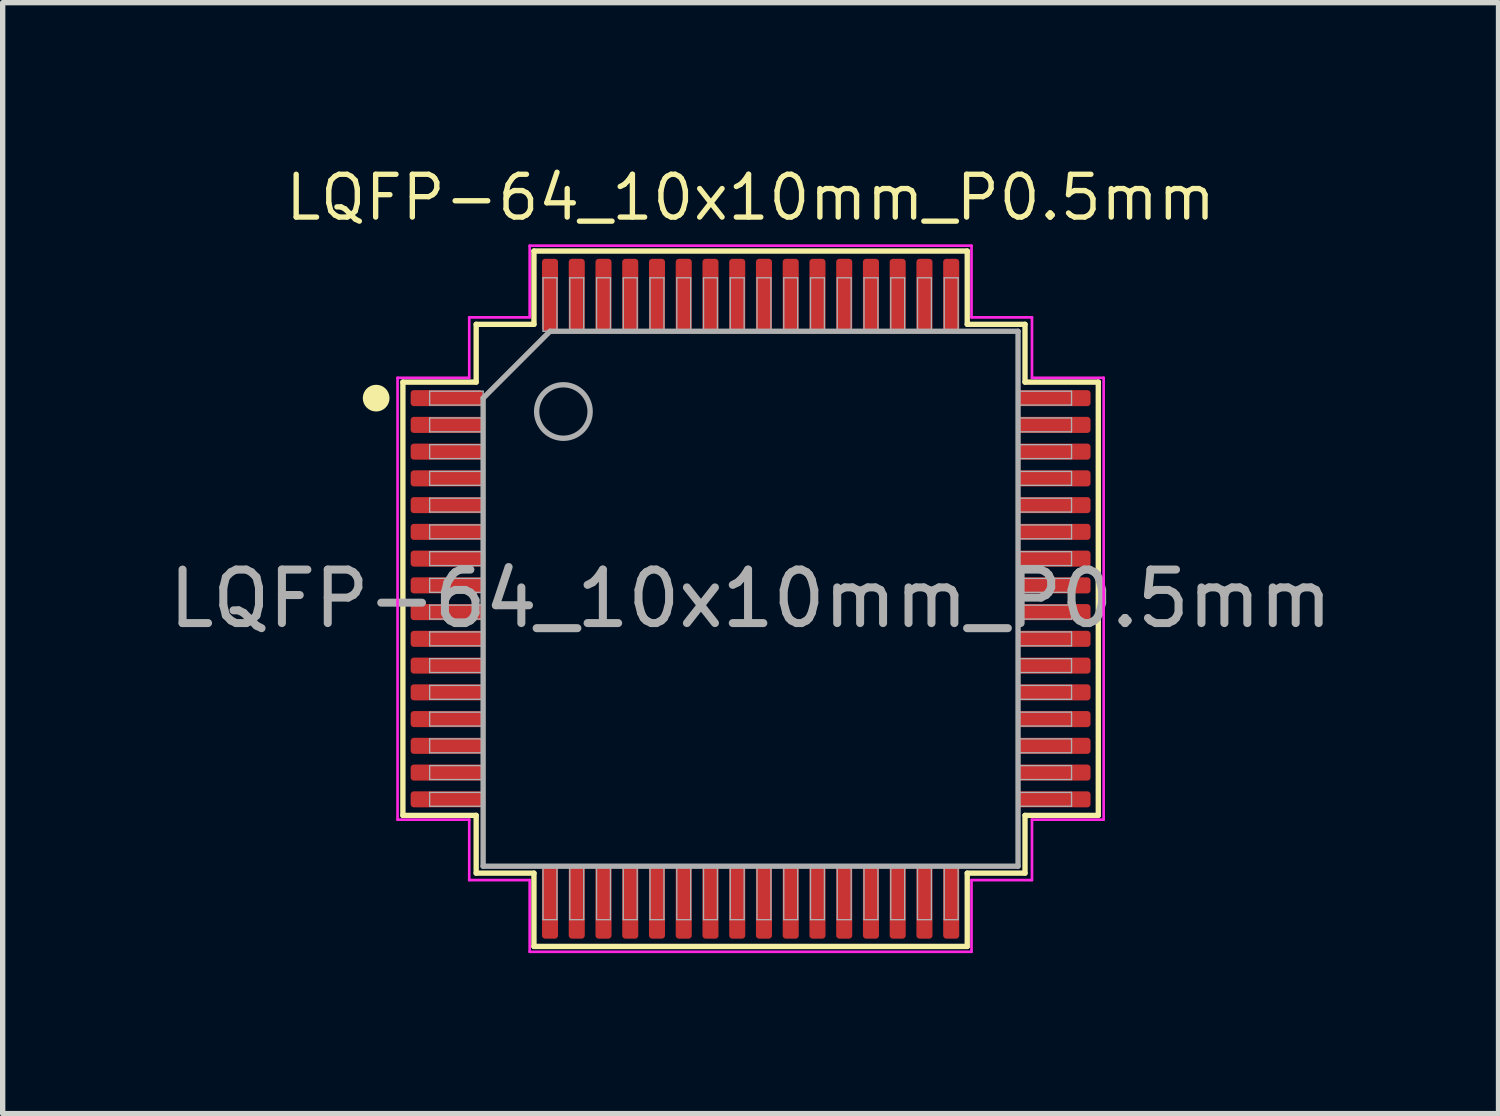
<source format=kicad_pcb>
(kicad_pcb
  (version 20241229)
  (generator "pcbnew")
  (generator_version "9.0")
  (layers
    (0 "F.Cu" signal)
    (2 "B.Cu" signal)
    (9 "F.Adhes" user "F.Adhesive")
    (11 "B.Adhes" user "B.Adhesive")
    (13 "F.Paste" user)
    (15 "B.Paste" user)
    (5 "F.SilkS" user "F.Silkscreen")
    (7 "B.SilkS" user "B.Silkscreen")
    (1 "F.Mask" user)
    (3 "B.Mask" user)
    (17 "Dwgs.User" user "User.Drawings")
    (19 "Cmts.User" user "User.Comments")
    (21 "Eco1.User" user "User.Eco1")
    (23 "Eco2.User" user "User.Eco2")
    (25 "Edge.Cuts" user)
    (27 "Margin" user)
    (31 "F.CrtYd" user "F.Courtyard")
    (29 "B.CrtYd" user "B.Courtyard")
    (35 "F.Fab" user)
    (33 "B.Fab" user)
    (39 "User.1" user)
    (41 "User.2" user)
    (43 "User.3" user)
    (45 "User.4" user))
  (footprint "LQFP-64_10x10mm_P0.5mm"
    (layer "F.Cu")
    (at 10.982 8.143)
    (property "Reference" "LQFP-64_10x10mm_P0.5mm" (at 0 -7.5 0) (unlocked yes) (layer "F.SilkS") (effects (font (size 0.8 0.8) (thickness 0.1))))
    (attr smd)
    (fp_line (start -6.5 -4.05) (end -5.13 -4.05) (stroke (width 0.1) (type solid)) (layer "F.SilkS"))
    (fp_line (start -6.5 4.05) (end -6.5 -4.05) (stroke (width 0.1) (type solid)) (layer "F.SilkS"))
    (fp_line (start -5.13 -5.13) (end -5.13 -4.05) (stroke (width 0.1) (type solid)) (layer "F.SilkS"))
    (fp_line (start -5.13 4.05) (end -6.5 4.05) (stroke (width 0.1) (type solid)) (layer "F.SilkS"))
    (fp_line (start -5.13 4.05) (end -5.13 5.13) (stroke (width 0.1) (type solid)) (layer "F.SilkS"))
    (fp_line (start -5.13 5.13) (end -4.05 5.13) (stroke (width 0.1) (type solid)) (layer "F.SilkS"))
    (fp_line (start -4.05 -6.5) (end 4.05 -6.5) (stroke (width 0.1) (type solid)) (layer "F.SilkS"))
    (fp_line (start -4.05 -5.13) (end -5.13 -5.13) (stroke (width 0.1) (type solid)) (layer "F.SilkS"))
    (fp_line (start -4.05 -5.13) (end -4.05 -6.5) (stroke (width 0.1) (type solid)) (layer "F.SilkS"))
    (fp_line (start -4.05 6.5) (end -4.05 5.13) (stroke (width 0.1) (type solid)) (layer "F.SilkS"))
    (fp_line (start 4.05 -6.5) (end 4.05 -5.13) (stroke (width 0.1) (type solid)) (layer "F.SilkS"))
    (fp_line (start 4.05 5.13) (end 4.05 6.5) (stroke (width 0.1) (type solid)) (layer "F.SilkS"))
    (fp_line (start 4.05 5.13) (end 5.13 5.13) (stroke (width 0.1) (type solid)) (layer "F.SilkS"))
    (fp_line (start 4.05 6.5) (end -4.05 6.5) (stroke (width 0.1) (type solid)) (layer "F.SilkS"))
    (fp_line (start 5.13 -5.13) (end 4.05 -5.13) (stroke (width 0.1) (type solid)) (layer "F.SilkS"))
    (fp_line (start 5.13 -4.05) (end 5.13 -5.13) (stroke (width 0.1) (type solid)) (layer "F.SilkS"))
    (fp_line (start 5.13 -4.05) (end 6.5 -4.05) (stroke (width 0.1) (type solid)) (layer "F.SilkS"))
    (fp_line (start 5.13 5.13) (end 5.13 4.05) (stroke (width 0.1) (type solid)) (layer "F.SilkS"))
    (fp_line (start 6.5 -4.05) (end 6.5 4.05) (stroke (width 0.1) (type solid)) (layer "F.SilkS"))
    (fp_line (start 6.5 4.05) (end 5.13 4.05) (stroke (width 0.1) (type solid)) (layer "F.SilkS"))
    (fp_circle (center -7 -3.75) (end -6.75 -3.75) (stroke (width 0) (type solid)) (fill yes) (layer "F.SilkS"))
    (fp_line (start -6.6 -4.13) (end -5.26 -4.13) (stroke (width 0.05) (type solid)) (layer "F.CrtYd"))
    (fp_line (start -6.6 4.13) (end -6.6 -4.13) (stroke (width 0.05) (type solid)) (layer "F.CrtYd"))
    (fp_line (start -5.26 -5.26) (end -4.13 -5.26) (stroke (width 0.05) (type solid)) (layer "F.CrtYd"))
    (fp_line (start -5.26 -4.13) (end -5.26 -5.26) (stroke (width 0.05) (type solid)) (layer "F.CrtYd"))
    (fp_line (start -5.26 4.13) (end -6.6 4.13) (stroke (width 0.05) (type solid)) (layer "F.CrtYd"))
    (fp_line (start -5.26 5.26) (end -5.26 4.13) (stroke (width 0.05) (type solid)) (layer "F.CrtYd"))
    (fp_line (start -5.26 5.26) (end -4.13 5.26) (stroke (width 0.05) (type solid)) (layer "F.CrtYd"))
    (fp_line (start -4.13 -6.6) (end 4.13 -6.6) (stroke (width 0.05) (type solid)) (layer "F.CrtYd"))
    (fp_line (start -4.13 -5.26) (end -4.13 -6.6) (stroke (width 0.05) (type solid)) (layer "F.CrtYd"))
    (fp_line (start -4.13 5.26) (end -4.13 6.6) (stroke (width 0.05) (type solid)) (layer "F.CrtYd"))
    (fp_line (start -4.13 6.6) (end 4.13 6.6) (stroke (width 0.05) (type solid)) (layer "F.CrtYd"))
    (fp_line (start 4.13 -6.6) (end 4.13 -5.26) (stroke (width 0.05) (type solid)) (layer "F.CrtYd"))
    (fp_line (start 4.13 -5.26) (end 5.26 -5.26) (stroke (width 0.05) (type solid)) (layer "F.CrtYd"))
    (fp_line (start 4.13 5.26) (end 5.26 5.26) (stroke (width 0.05) (type solid)) (layer "F.CrtYd"))
    (fp_line (start 4.13 6.6) (end 4.13 5.26) (stroke (width 0.05) (type solid)) (layer "F.CrtYd"))
    (fp_line (start 5.26 -4.13) (end 5.26 -5.26) (stroke (width 0.05) (type solid)) (layer "F.CrtYd"))
    (fp_line (start 5.26 4.13) (end 6.6 4.13) (stroke (width 0.05) (type solid)) (layer "F.CrtYd"))
    (fp_line (start 5.26 5.26) (end 5.26 4.13) (stroke (width 0.05) (type solid)) (layer "F.CrtYd"))
    (fp_line (start 6.6 -4.13) (end 5.26 -4.13) (stroke (width 0.05) (type solid)) (layer "F.CrtYd"))
    (fp_line (start 6.6 4.13) (end 6.6 -4.13) (stroke (width 0.05) (type solid)) (layer "F.CrtYd"))
    (fp_line (start -6 -3.88) (end -6 -3.62) (stroke (width 0.025) (type solid)) (layer "F.Fab"))
    (fp_line (start -6 -3.62) (end -5 -3.62) (stroke (width 0.025) (type solid)) (layer "F.Fab"))
    (fp_line (start -6 -3.38) (end -6 -3.12) (stroke (width 0.025) (type solid)) (layer "F.Fab"))
    (fp_line (start -6 -3.12) (end -5 -3.12) (stroke (width 0.025) (type solid)) (layer "F.Fab"))
    (fp_line (start -6 -2.88) (end -6 -2.62) (stroke (width 0.025) (type solid)) (layer "F.Fab"))
    (fp_line (start -6 -2.62) (end -5 -2.62) (stroke (width 0.025) (type solid)) (layer "F.Fab"))
    (fp_line (start -6 -2.38) (end -6 -2.12) (stroke (width 0.025) (type solid)) (layer "F.Fab"))
    (fp_line (start -6 -2.12) (end -5 -2.12) (stroke (width 0.025) (type solid)) (layer "F.Fab"))
    (fp_line (start -6 -1.88) (end -6 -1.62) (stroke (width 0.025) (type solid)) (layer "F.Fab"))
    (fp_line (start -6 -1.62) (end -5 -1.62) (stroke (width 0.025) (type solid)) (layer "F.Fab"))
    (fp_line (start -6 -1.38) (end -6 -1.12) (stroke (width 0.025) (type solid)) (layer "F.Fab"))
    (fp_line (start -6 -1.12) (end -5 -1.12) (stroke (width 0.025) (type solid)) (layer "F.Fab"))
    (fp_line (start -6 -0.88) (end -6 -0.62) (stroke (width 0.025) (type solid)) (layer "F.Fab"))
    (fp_line (start -6 -0.62) (end -5 -0.62) (stroke (width 0.025) (type solid)) (layer "F.Fab"))
    (fp_line (start -6 -0.38) (end -6 -0.12) (stroke (width 0.025) (type solid)) (layer "F.Fab"))
    (fp_line (start -6 -0.12) (end -5 -0.12) (stroke (width 0.025) (type solid)) (layer "F.Fab"))
    (fp_line (start -6 0.12) (end -6 0.38) (stroke (width 0.025) (type solid)) (layer "F.Fab"))
    (fp_line (start -6 0.38) (end -5 0.38) (stroke (width 0.025) (type solid)) (layer "F.Fab"))
    (fp_line (start -6 0.62) (end -6 0.88) (stroke (width 0.025) (type solid)) (layer "F.Fab"))
    (fp_line (start -6 0.88) (end -5 0.88) (stroke (width 0.025) (type solid)) (layer "F.Fab"))
    (fp_line (start -6 1.12) (end -6 1.38) (stroke (width 0.025) (type solid)) (layer "F.Fab"))
    (fp_line (start -6 1.38) (end -5 1.38) (stroke (width 0.025) (type solid)) (layer "F.Fab"))
    (fp_line (start -6 1.62) (end -6 1.88) (stroke (width 0.025) (type solid)) (layer "F.Fab"))
    (fp_line (start -6 1.88) (end -5 1.88) (stroke (width 0.025) (type solid)) (layer "F.Fab"))
    (fp_line (start -6 2.12) (end -6 2.38) (stroke (width 0.025) (type solid)) (layer "F.Fab"))
    (fp_line (start -6 2.38) (end -5 2.38) (stroke (width 0.025) (type solid)) (layer "F.Fab"))
    (fp_line (start -6 2.62) (end -6 2.88) (stroke (width 0.025) (type solid)) (layer "F.Fab"))
    (fp_line (start -6 2.88) (end -5 2.88) (stroke (width 0.025) (type solid)) (layer "F.Fab"))
    (fp_line (start -6 3.12) (end -6 3.38) (stroke (width 0.025) (type solid)) (layer "F.Fab"))
    (fp_line (start -6 3.38) (end -5 3.38) (stroke (width 0.025) (type solid)) (layer "F.Fab"))
    (fp_line (start -6 3.62) (end -6 3.88) (stroke (width 0.025) (type solid)) (layer "F.Fab"))
    (fp_line (start -6 3.88) (end -5 3.88) (stroke (width 0.025) (type solid)) (layer "F.Fab"))
    (fp_line (start -5 -3.88) (end -6 -3.88) (stroke (width 0.025) (type solid)) (layer "F.Fab"))
    (fp_line (start -5 -3.75) (end -5 5) (stroke (width 0.1) (type solid)) (layer "F.Fab"))
    (fp_line (start -5 -3.75) (end -3.75 -5) (stroke (width 0.1) (type solid)) (layer "F.Fab"))
    (fp_line (start -5 -3.62) (end -5 -3.88) (stroke (width 0.025) (type solid)) (layer "F.Fab"))
    (fp_line (start -5 -3.38) (end -6 -3.38) (stroke (width 0.025) (type solid)) (layer "F.Fab"))
    (fp_line (start -5 -3.12) (end -5 -3.38) (stroke (width 0.025) (type solid)) (layer "F.Fab"))
    (fp_line (start -5 -2.88) (end -6 -2.88) (stroke (width 0.025) (type solid)) (layer "F.Fab"))
    (fp_line (start -5 -2.62) (end -5 -2.88) (stroke (width 0.025) (type solid)) (layer "F.Fab"))
    (fp_line (start -5 -2.38) (end -6 -2.38) (stroke (width 0.025) (type solid)) (layer "F.Fab"))
    (fp_line (start -5 -2.12) (end -5 -2.38) (stroke (width 0.025) (type solid)) (layer "F.Fab"))
    (fp_line (start -5 -1.88) (end -6 -1.88) (stroke (width 0.025) (type solid)) (layer "F.Fab"))
    (fp_line (start -5 -1.62) (end -5 -1.88) (stroke (width 0.025) (type solid)) (layer "F.Fab"))
    (fp_line (start -5 -1.38) (end -6 -1.38) (stroke (width 0.025) (type solid)) (layer "F.Fab"))
    (fp_line (start -5 -1.12) (end -5 -1.38) (stroke (width 0.025) (type solid)) (layer "F.Fab"))
    (fp_line (start -5 -0.88) (end -6 -0.88) (stroke (width 0.025) (type solid)) (layer "F.Fab"))
    (fp_line (start -5 -0.62) (end -5 -0.88) (stroke (width 0.025) (type solid)) (layer "F.Fab"))
    (fp_line (start -5 -0.38) (end -6 -0.38) (stroke (width 0.025) (type solid)) (layer "F.Fab"))
    (fp_line (start -5 -0.12) (end -5 -0.38) (stroke (width 0.025) (type solid)) (layer "F.Fab"))
    (fp_line (start -5 0.12) (end -6 0.12) (stroke (width 0.025) (type solid)) (layer "F.Fab"))
    (fp_line (start -5 0.38) (end -5 0.12) (stroke (width 0.025) (type solid)) (layer "F.Fab"))
    (fp_line (start -5 0.62) (end -6 0.62) (stroke (width 0.025) (type solid)) (layer "F.Fab"))
    (fp_line (start -5 0.88) (end -5 0.62) (stroke (width 0.025) (type solid)) (layer "F.Fab"))
    (fp_line (start -5 1.12) (end -6 1.12) (stroke (width 0.025) (type solid)) (layer "F.Fab"))
    (fp_line (start -5 1.38) (end -5 1.12) (stroke (width 0.025) (type solid)) (layer "F.Fab"))
    (fp_line (start -5 1.62) (end -6 1.62) (stroke (width 0.025) (type solid)) (layer "F.Fab"))
    (fp_line (start -5 1.88) (end -5 1.62) (stroke (width 0.025) (type solid)) (layer "F.Fab"))
    (fp_line (start -5 2.12) (end -6 2.12) (stroke (width 0.025) (type solid)) (layer "F.Fab"))
    (fp_line (start -5 2.38) (end -5 2.12) (stroke (width 0.025) (type solid)) (layer "F.Fab"))
    (fp_line (start -5 2.62) (end -6 2.62) (stroke (width 0.025) (type solid)) (layer "F.Fab"))
    (fp_line (start -5 2.88) (end -5 2.62) (stroke (width 0.025) (type solid)) (layer "F.Fab"))
    (fp_line (start -5 3.12) (end -6 3.12) (stroke (width 0.025) (type solid)) (layer "F.Fab"))
    (fp_line (start -5 3.38) (end -5 3.12) (stroke (width 0.025) (type solid)) (layer "F.Fab"))
    (fp_line (start -5 3.62) (end -6 3.62) (stroke (width 0.025) (type solid)) (layer "F.Fab"))
    (fp_line (start -5 3.88) (end -5 3.62) (stroke (width 0.025) (type solid)) (layer "F.Fab"))
    (fp_line (start -5 5) (end -5 5) (stroke (width 0.025) (type solid)) (layer "F.Fab"))
    (fp_line (start -5 5) (end 5 5) (stroke (width 0.1) (type solid)) (layer "F.Fab"))
    (fp_line (start -3.88 -6) (end -3.88 -5) (stroke (width 0.025) (type solid)) (layer "F.Fab"))
    (fp_line (start -3.88 -5) (end -3.62 -5) (stroke (width 0.025) (type solid)) (layer "F.Fab"))
    (fp_line (start -3.88 5) (end -3.88 6) (stroke (width 0.025) (type solid)) (layer "F.Fab"))
    (fp_line (start -3.88 6) (end -3.62 6) (stroke (width 0.025) (type solid)) (layer "F.Fab"))
    (fp_line (start -3.62 -6) (end -3.88 -6) (stroke (width 0.025) (type solid)) (layer "F.Fab"))
    (fp_line (start -3.62 -5) (end -3.62 -6) (stroke (width 0.025) (type solid)) (layer "F.Fab"))
    (fp_line (start -3.62 5) (end -3.88 5) (stroke (width 0.025) (type solid)) (layer "F.Fab"))
    (fp_line (start -3.62 6) (end -3.62 5) (stroke (width 0.025) (type solid)) (layer "F.Fab"))
    (fp_line (start -3.38 -6) (end -3.38 -5) (stroke (width 0.025) (type solid)) (layer "F.Fab"))
    (fp_line (start -3.38 -5) (end -3.12 -5) (stroke (width 0.025) (type solid)) (layer "F.Fab"))
    (fp_line (start -3.38 5) (end -3.38 6) (stroke (width 0.025) (type solid)) (layer "F.Fab"))
    (fp_line (start -3.38 6) (end -3.12 6) (stroke (width 0.025) (type solid)) (layer "F.Fab"))
    (fp_line (start -3.12 -6) (end -3.38 -6) (stroke (width 0.025) (type solid)) (layer "F.Fab"))
    (fp_line (start -3.12 -5) (end -3.12 -6) (stroke (width 0.025) (type solid)) (layer "F.Fab"))
    (fp_line (start -3.12 5) (end -3.38 5) (stroke (width 0.025) (type solid)) (layer "F.Fab"))
    (fp_line (start -3.12 6) (end -3.12 5) (stroke (width 0.025) (type solid)) (layer "F.Fab"))
    (fp_line (start -2.88 -6) (end -2.88 -5) (stroke (width 0.025) (type solid)) (layer "F.Fab"))
    (fp_line (start -2.88 -5) (end -2.62 -5) (stroke (width 0.025) (type solid)) (layer "F.Fab"))
    (fp_line (start -2.88 5) (end -2.88 6) (stroke (width 0.025) (type solid)) (layer "F.Fab"))
    (fp_line (start -2.88 6) (end -2.62 6) (stroke (width 0.025) (type solid)) (layer "F.Fab"))
    (fp_line (start -2.62 -6) (end -2.88 -6) (stroke (width 0.025) (type solid)) (layer "F.Fab"))
    (fp_line (start -2.62 -5) (end -2.62 -6) (stroke (width 0.025) (type solid)) (layer "F.Fab"))
    (fp_line (start -2.62 5) (end -2.88 5) (stroke (width 0.025) (type solid)) (layer "F.Fab"))
    (fp_line (start -2.62 6) (end -2.62 5) (stroke (width 0.025) (type solid)) (layer "F.Fab"))
    (fp_line (start -2.38 -6) (end -2.38 -5) (stroke (width 0.025) (type solid)) (layer "F.Fab"))
    (fp_line (start -2.38 -5) (end -2.12 -5) (stroke (width 0.025) (type solid)) (layer "F.Fab"))
    (fp_line (start -2.38 5) (end -2.38 6) (stroke (width 0.025) (type solid)) (layer "F.Fab"))
    (fp_line (start -2.38 6) (end -2.12 6) (stroke (width 0.025) (type solid)) (layer "F.Fab"))
    (fp_line (start -2.12 -6) (end -2.38 -6) (stroke (width 0.025) (type solid)) (layer "F.Fab"))
    (fp_line (start -2.12 -5) (end -2.12 -6) (stroke (width 0.025) (type solid)) (layer "F.Fab"))
    (fp_line (start -2.12 5) (end -2.38 5) (stroke (width 0.025) (type solid)) (layer "F.Fab"))
    (fp_line (start -2.12 6) (end -2.12 5) (stroke (width 0.025) (type solid)) (layer "F.Fab"))
    (fp_line (start -1.88 -6) (end -1.88 -5) (stroke (width 0.025) (type solid)) (layer "F.Fab"))
    (fp_line (start -1.88 -5) (end -1.62 -5) (stroke (width 0.025) (type solid)) (layer "F.Fab"))
    (fp_line (start -1.88 5) (end -1.88 6) (stroke (width 0.025) (type solid)) (layer "F.Fab"))
    (fp_line (start -1.88 6) (end -1.62 6) (stroke (width 0.025) (type solid)) (layer "F.Fab"))
    (fp_line (start -1.62 -6) (end -1.88 -6) (stroke (width 0.025) (type solid)) (layer "F.Fab"))
    (fp_line (start -1.62 -5) (end -1.62 -6) (stroke (width 0.025) (type solid)) (layer "F.Fab"))
    (fp_line (start -1.62 5) (end -1.88 5) (stroke (width 0.025) (type solid)) (layer "F.Fab"))
    (fp_line (start -1.62 6) (end -1.62 5) (stroke (width 0.025) (type solid)) (layer "F.Fab"))
    (fp_line (start -1.38 -6) (end -1.38 -5) (stroke (width 0.025) (type solid)) (layer "F.Fab"))
    (fp_line (start -1.38 -5) (end -1.12 -5) (stroke (width 0.025) (type solid)) (layer "F.Fab"))
    (fp_line (start -1.38 5) (end -1.38 6) (stroke (width 0.025) (type solid)) (layer "F.Fab"))
    (fp_line (start -1.38 6) (end -1.12 6) (stroke (width 0.025) (type solid)) (layer "F.Fab"))
    (fp_line (start -1.12 -6) (end -1.38 -6) (stroke (width 0.025) (type solid)) (layer "F.Fab"))
    (fp_line (start -1.12 -5) (end -1.12 -6) (stroke (width 0.025) (type solid)) (layer "F.Fab"))
    (fp_line (start -1.12 5) (end -1.38 5) (stroke (width 0.025) (type solid)) (layer "F.Fab"))
    (fp_line (start -1.12 6) (end -1.12 5) (stroke (width 0.025) (type solid)) (layer "F.Fab"))
    (fp_line (start -0.88 -6) (end -0.88 -5) (stroke (width 0.025) (type solid)) (layer "F.Fab"))
    (fp_line (start -0.88 -5) (end -0.62 -5) (stroke (width 0.025) (type solid)) (layer "F.Fab"))
    (fp_line (start -0.88 5) (end -0.88 6) (stroke (width 0.025) (type solid)) (layer "F.Fab"))
    (fp_line (start -0.88 6) (end -0.62 6) (stroke (width 0.025) (type solid)) (layer "F.Fab"))
    (fp_line (start -0.62 -6) (end -0.88 -6) (stroke (width 0.025) (type solid)) (layer "F.Fab"))
    (fp_line (start -0.62 -5) (end -0.62 -6) (stroke (width 0.025) (type solid)) (layer "F.Fab"))
    (fp_line (start -0.62 5) (end -0.88 5) (stroke (width 0.025) (type solid)) (layer "F.Fab"))
    (fp_line (start -0.62 6) (end -0.62 5) (stroke (width 0.025) (type solid)) (layer "F.Fab"))
    (fp_line (start -0.38 -6) (end -0.38 -5) (stroke (width 0.025) (type solid)) (layer "F.Fab"))
    (fp_line (start -0.38 -5) (end -0.12 -5) (stroke (width 0.025) (type solid)) (layer "F.Fab"))
    (fp_line (start -0.38 5) (end -0.38 6) (stroke (width 0.025) (type solid)) (layer "F.Fab"))
    (fp_line (start -0.38 6) (end -0.12 6) (stroke (width 0.025) (type solid)) (layer "F.Fab"))
    (fp_line (start -0.12 -6) (end -0.38 -6) (stroke (width 0.025) (type solid)) (layer "F.Fab"))
    (fp_line (start -0.12 -5) (end -0.12 -6) (stroke (width 0.025) (type solid)) (layer "F.Fab"))
    (fp_line (start -0.12 5) (end -0.38 5) (stroke (width 0.025) (type solid)) (layer "F.Fab"))
    (fp_line (start -0.12 6) (end -0.12 5) (stroke (width 0.025) (type solid)) (layer "F.Fab"))
    (fp_line (start 0.12 -6) (end 0.12 -5) (stroke (width 0.025) (type solid)) (layer "F.Fab"))
    (fp_line (start 0.12 -5) (end 0.38 -5) (stroke (width 0.025) (type solid)) (layer "F.Fab"))
    (fp_line (start 0.12 5) (end 0.12 6) (stroke (width 0.025) (type solid)) (layer "F.Fab"))
    (fp_line (start 0.12 6) (end 0.38 6) (stroke (width 0.025) (type solid)) (layer "F.Fab"))
    (fp_line (start 0.38 -6) (end 0.12 -6) (stroke (width 0.025) (type solid)) (layer "F.Fab"))
    (fp_line (start 0.38 -5) (end 0.38 -6) (stroke (width 0.025) (type solid)) (layer "F.Fab"))
    (fp_line (start 0.38 5) (end 0.12 5) (stroke (width 0.025) (type solid)) (layer "F.Fab"))
    (fp_line (start 0.38 6) (end 0.38 5) (stroke (width 0.025) (type solid)) (layer "F.Fab"))
    (fp_line (start 0.62 -6) (end 0.62 -5) (stroke (width 0.025) (type solid)) (layer "F.Fab"))
    (fp_line (start 0.62 -5) (end 0.88 -5) (stroke (width 0.025) (type solid)) (layer "F.Fab"))
    (fp_line (start 0.62 5) (end 0.62 6) (stroke (width 0.025) (type solid)) (layer "F.Fab"))
    (fp_line (start 0.62 6) (end 0.88 6) (stroke (width 0.025) (type solid)) (layer "F.Fab"))
    (fp_line (start 0.88 -6) (end 0.62 -6) (stroke (width 0.025) (type solid)) (layer "F.Fab"))
    (fp_line (start 0.88 -5) (end 0.88 -6) (stroke (width 0.025) (type solid)) (layer "F.Fab"))
    (fp_line (start 0.88 5) (end 0.62 5) (stroke (width 0.025) (type solid)) (layer "F.Fab"))
    (fp_line (start 0.88 6) (end 0.88 5) (stroke (width 0.025) (type solid)) (layer "F.Fab"))
    (fp_line (start 1.12 -6) (end 1.12 -5) (stroke (width 0.025) (type solid)) (layer "F.Fab"))
    (fp_line (start 1.12 -5) (end 1.38 -5) (stroke (width 0.025) (type solid)) (layer "F.Fab"))
    (fp_line (start 1.12 5) (end 1.12 6) (stroke (width 0.025) (type solid)) (layer "F.Fab"))
    (fp_line (start 1.12 6) (end 1.38 6) (stroke (width 0.025) (type solid)) (layer "F.Fab"))
    (fp_line (start 1.38 -6) (end 1.12 -6) (stroke (width 0.025) (type solid)) (layer "F.Fab"))
    (fp_line (start 1.38 -5) (end 1.38 -6) (stroke (width 0.025) (type solid)) (layer "F.Fab"))
    (fp_line (start 1.38 5) (end 1.12 5) (stroke (width 0.025) (type solid)) (layer "F.Fab"))
    (fp_line (start 1.38 6) (end 1.38 5) (stroke (width 0.025) (type solid)) (layer "F.Fab"))
    (fp_line (start 1.62 -6) (end 1.62 -5) (stroke (width 0.025) (type solid)) (layer "F.Fab"))
    (fp_line (start 1.62 -5) (end 1.88 -5) (stroke (width 0.025) (type solid)) (layer "F.Fab"))
    (fp_line (start 1.62 5) (end 1.62 6) (stroke (width 0.025) (type solid)) (layer "F.Fab"))
    (fp_line (start 1.62 6) (end 1.88 6) (stroke (width 0.025) (type solid)) (layer "F.Fab"))
    (fp_line (start 1.88 -6) (end 1.62 -6) (stroke (width 0.025) (type solid)) (layer "F.Fab"))
    (fp_line (start 1.88 -5) (end 1.88 -6) (stroke (width 0.025) (type solid)) (layer "F.Fab"))
    (fp_line (start 1.88 5) (end 1.62 5) (stroke (width 0.025) (type solid)) (layer "F.Fab"))
    (fp_line (start 1.88 6) (end 1.88 5) (stroke (width 0.025) (type solid)) (layer "F.Fab"))
    (fp_line (start 2.12 -6) (end 2.12 -5) (stroke (width 0.025) (type solid)) (layer "F.Fab"))
    (fp_line (start 2.12 -5) (end 2.38 -5) (stroke (width 0.025) (type solid)) (layer "F.Fab"))
    (fp_line (start 2.12 5) (end 2.12 6) (stroke (width 0.025) (type solid)) (layer "F.Fab"))
    (fp_line (start 2.12 6) (end 2.38 6) (stroke (width 0.025) (type solid)) (layer "F.Fab"))
    (fp_line (start 2.38 -6) (end 2.12 -6) (stroke (width 0.025) (type solid)) (layer "F.Fab"))
    (fp_line (start 2.38 -5) (end 2.38 -6) (stroke (width 0.025) (type solid)) (layer "F.Fab"))
    (fp_line (start 2.38 5) (end 2.12 5) (stroke (width 0.025) (type solid)) (layer "F.Fab"))
    (fp_line (start 2.38 6) (end 2.38 5) (stroke (width 0.025) (type solid)) (layer "F.Fab"))
    (fp_line (start 2.62 -6) (end 2.62 -5) (stroke (width 0.025) (type solid)) (layer "F.Fab"))
    (fp_line (start 2.62 -5) (end 2.88 -5) (stroke (width 0.025) (type solid)) (layer "F.Fab"))
    (fp_line (start 2.62 5) (end 2.62 6) (stroke (width 0.025) (type solid)) (layer "F.Fab"))
    (fp_line (start 2.62 6) (end 2.88 6) (stroke (width 0.025) (type solid)) (layer "F.Fab"))
    (fp_line (start 2.88 -6) (end 2.62 -6) (stroke (width 0.025) (type solid)) (layer "F.Fab"))
    (fp_line (start 2.88 -5) (end 2.88 -6) (stroke (width 0.025) (type solid)) (layer "F.Fab"))
    (fp_line (start 2.88 5) (end 2.62 5) (stroke (width 0.025) (type solid)) (layer "F.Fab"))
    (fp_line (start 2.88 6) (end 2.88 5) (stroke (width 0.025) (type solid)) (layer "F.Fab"))
    (fp_line (start 3.12 -6) (end 3.12 -5) (stroke (width 0.025) (type solid)) (layer "F.Fab"))
    (fp_line (start 3.12 -5) (end 3.38 -5) (stroke (width 0.025) (type solid)) (layer "F.Fab"))
    (fp_line (start 3.12 5) (end 3.12 6) (stroke (width 0.025) (type solid)) (layer "F.Fab"))
    (fp_line (start 3.12 6) (end 3.38 6) (stroke (width 0.025) (type solid)) (layer "F.Fab"))
    (fp_line (start 3.38 -6) (end 3.12 -6) (stroke (width 0.025) (type solid)) (layer "F.Fab"))
    (fp_line (start 3.38 -5) (end 3.38 -6) (stroke (width 0.025) (type solid)) (layer "F.Fab"))
    (fp_line (start 3.38 5) (end 3.12 5) (stroke (width 0.025) (type solid)) (layer "F.Fab"))
    (fp_line (start 3.38 6) (end 3.38 5) (stroke (width 0.025) (type solid)) (layer "F.Fab"))
    (fp_line (start 3.62 -6) (end 3.62 -5) (stroke (width 0.025) (type solid)) (layer "F.Fab"))
    (fp_line (start 3.62 -5) (end 3.88 -5) (stroke (width 0.025) (type solid)) (layer "F.Fab"))
    (fp_line (start 3.62 5) (end 3.62 6) (stroke (width 0.025) (type solid)) (layer "F.Fab"))
    (fp_line (start 3.62 6) (end 3.88 6) (stroke (width 0.025) (type solid)) (layer "F.Fab"))
    (fp_line (start 3.88 -6) (end 3.62 -6) (stroke (width 0.025) (type solid)) (layer "F.Fab"))
    (fp_line (start 3.88 -5) (end 3.88 -6) (stroke (width 0.025) (type solid)) (layer "F.Fab"))
    (fp_line (start 3.88 5) (end 3.62 5) (stroke (width 0.025) (type solid)) (layer "F.Fab"))
    (fp_line (start 3.88 6) (end 3.88 5) (stroke (width 0.025) (type solid)) (layer "F.Fab"))
    (fp_line (start 5 -5) (end -3.75 -5) (stroke (width 0.1) (type solid)) (layer "F.Fab"))
    (fp_line (start 5 -5) (end 5 -5) (stroke (width 0.025) (type solid)) (layer "F.Fab"))
    (fp_line (start 5 -3.88) (end 5 -3.62) (stroke (width 0.025) (type solid)) (layer "F.Fab"))
    (fp_line (start 5 -3.62) (end 6 -3.62) (stroke (width 0.025) (type solid)) (layer "F.Fab"))
    (fp_line (start 5 -3.38) (end 5 -3.12) (stroke (width 0.025) (type solid)) (layer "F.Fab"))
    (fp_line (start 5 -3.12) (end 6 -3.12) (stroke (width 0.025) (type solid)) (layer "F.Fab"))
    (fp_line (start 5 -2.88) (end 5 -2.62) (stroke (width 0.025) (type solid)) (layer "F.Fab"))
    (fp_line (start 5 -2.62) (end 6 -2.62) (stroke (width 0.025) (type solid)) (layer "F.Fab"))
    (fp_line (start 5 -2.38) (end 5 -2.12) (stroke (width 0.025) (type solid)) (layer "F.Fab"))
    (fp_line (start 5 -2.12) (end 6 -2.12) (stroke (width 0.025) (type solid)) (layer "F.Fab"))
    (fp_line (start 5 -1.88) (end 5 -1.62) (stroke (width 0.025) (type solid)) (layer "F.Fab"))
    (fp_line (start 5 -1.62) (end 6 -1.62) (stroke (width 0.025) (type solid)) (layer "F.Fab"))
    (fp_line (start 5 -1.38) (end 5 -1.12) (stroke (width 0.025) (type solid)) (layer "F.Fab"))
    (fp_line (start 5 -1.12) (end 6 -1.12) (stroke (width 0.025) (type solid)) (layer "F.Fab"))
    (fp_line (start 5 -0.88) (end 5 -0.62) (stroke (width 0.025) (type solid)) (layer "F.Fab"))
    (fp_line (start 5 -0.62) (end 6 -0.62) (stroke (width 0.025) (type solid)) (layer "F.Fab"))
    (fp_line (start 5 -0.38) (end 5 -0.12) (stroke (width 0.025) (type solid)) (layer "F.Fab"))
    (fp_line (start 5 -0.12) (end 6 -0.12) (stroke (width 0.025) (type solid)) (layer "F.Fab"))
    (fp_line (start 5 0.12) (end 5 0.38) (stroke (width 0.025) (type solid)) (layer "F.Fab"))
    (fp_line (start 5 0.38) (end 6 0.38) (stroke (width 0.025) (type solid)) (layer "F.Fab"))
    (fp_line (start 5 0.62) (end 5 0.88) (stroke (width 0.025) (type solid)) (layer "F.Fab"))
    (fp_line (start 5 0.88) (end 6 0.88) (stroke (width 0.025) (type solid)) (layer "F.Fab"))
    (fp_line (start 5 1.12) (end 5 1.38) (stroke (width 0.025) (type solid)) (layer "F.Fab"))
    (fp_line (start 5 1.38) (end 6 1.38) (stroke (width 0.025) (type solid)) (layer "F.Fab"))
    (fp_line (start 5 1.62) (end 5 1.88) (stroke (width 0.025) (type solid)) (layer "F.Fab"))
    (fp_line (start 5 1.88) (end 6 1.88) (stroke (width 0.025) (type solid)) (layer "F.Fab"))
    (fp_line (start 5 2.12) (end 5 2.38) (stroke (width 0.025) (type solid)) (layer "F.Fab"))
    (fp_line (start 5 2.38) (end 6 2.38) (stroke (width 0.025) (type solid)) (layer "F.Fab"))
    (fp_line (start 5 2.62) (end 5 2.88) (stroke (width 0.025) (type solid)) (layer "F.Fab"))
    (fp_line (start 5 2.88) (end 6 2.88) (stroke (width 0.025) (type solid)) (layer "F.Fab"))
    (fp_line (start 5 3.12) (end 5 3.38) (stroke (width 0.025) (type solid)) (layer "F.Fab"))
    (fp_line (start 5 3.38) (end 6 3.38) (stroke (width 0.025) (type solid)) (layer "F.Fab"))
    (fp_line (start 5 3.62) (end 5 3.88) (stroke (width 0.025) (type solid)) (layer "F.Fab"))
    (fp_line (start 5 3.88) (end 6 3.88) (stroke (width 0.025) (type solid)) (layer "F.Fab"))
    (fp_line (start 5 5) (end 5 -5) (stroke (width 0.1) (type solid)) (layer "F.Fab"))
    (fp_line (start 5 5) (end 5 5) (stroke (width 0.025) (type solid)) (layer "F.Fab"))
    (fp_line (start 6 -3.88) (end 5 -3.88) (stroke (width 0.025) (type solid)) (layer "F.Fab"))
    (fp_line (start 6 -3.62) (end 6 -3.88) (stroke (width 0.025) (type solid)) (layer "F.Fab"))
    (fp_line (start 6 -3.38) (end 5 -3.38) (stroke (width 0.025) (type solid)) (layer "F.Fab"))
    (fp_line (start 6 -3.12) (end 6 -3.38) (stroke (width 0.025) (type solid)) (layer "F.Fab"))
    (fp_line (start 6 -2.88) (end 5 -2.88) (stroke (width 0.025) (type solid)) (layer "F.Fab"))
    (fp_line (start 6 -2.62) (end 6 -2.88) (stroke (width 0.025) (type solid)) (layer "F.Fab"))
    (fp_line (start 6 -2.38) (end 5 -2.38) (stroke (width 0.025) (type solid)) (layer "F.Fab"))
    (fp_line (start 6 -2.12) (end 6 -2.38) (stroke (width 0.025) (type solid)) (layer "F.Fab"))
    (fp_line (start 6 -1.88) (end 5 -1.88) (stroke (width 0.025) (type solid)) (layer "F.Fab"))
    (fp_line (start 6 -1.62) (end 6 -1.88) (stroke (width 0.025) (type solid)) (layer "F.Fab"))
    (fp_line (start 6 -1.38) (end 5 -1.38) (stroke (width 0.025) (type solid)) (layer "F.Fab"))
    (fp_line (start 6 -1.12) (end 6 -1.38) (stroke (width 0.025) (type solid)) (layer "F.Fab"))
    (fp_line (start 6 -0.88) (end 5 -0.88) (stroke (width 0.025) (type solid)) (layer "F.Fab"))
    (fp_line (start 6 -0.62) (end 6 -0.88) (stroke (width 0.025) (type solid)) (layer "F.Fab"))
    (fp_line (start 6 -0.38) (end 5 -0.38) (stroke (width 0.025) (type solid)) (layer "F.Fab"))
    (fp_line (start 6 -0.12) (end 6 -0.38) (stroke (width 0.025) (type solid)) (layer "F.Fab"))
    (fp_line (start 6 0.12) (end 5 0.12) (stroke (width 0.025) (type solid)) (layer "F.Fab"))
    (fp_line (start 6 0.38) (end 6 0.12) (stroke (width 0.025) (type solid)) (layer "F.Fab"))
    (fp_line (start 6 0.62) (end 5 0.62) (stroke (width 0.025) (type solid)) (layer "F.Fab"))
    (fp_line (start 6 0.88) (end 6 0.62) (stroke (width 0.025) (type solid)) (layer "F.Fab"))
    (fp_line (start 6 1.12) (end 5 1.12) (stroke (width 0.025) (type solid)) (layer "F.Fab"))
    (fp_line (start 6 1.38) (end 6 1.12) (stroke (width 0.025) (type solid)) (layer "F.Fab"))
    (fp_line (start 6 1.62) (end 5 1.62) (stroke (width 0.025) (type solid)) (layer "F.Fab"))
    (fp_line (start 6 1.88) (end 6 1.62) (stroke (width 0.025) (type solid)) (layer "F.Fab"))
    (fp_line (start 6 2.12) (end 5 2.12) (stroke (width 0.025) (type solid)) (layer "F.Fab"))
    (fp_line (start 6 2.38) (end 6 2.12) (stroke (width 0.025) (type solid)) (layer "F.Fab"))
    (fp_line (start 6 2.62) (end 5 2.62) (stroke (width 0.025) (type solid)) (layer "F.Fab"))
    (fp_line (start 6 2.88) (end 6 2.62) (stroke (width 0.025) (type solid)) (layer "F.Fab"))
    (fp_line (start 6 3.12) (end 5 3.12) (stroke (width 0.025) (type solid)) (layer "F.Fab"))
    (fp_line (start 6 3.38) (end 6 3.12) (stroke (width 0.025) (type solid)) (layer "F.Fab"))
    (fp_line (start 6 3.62) (end 5 3.62) (stroke (width 0.025) (type solid)) (layer "F.Fab"))
    (fp_line (start 6 3.88) (end 6 3.62) (stroke (width 0.025) (type solid)) (layer "F.Fab"))
    (fp_circle (center -3.5 -3.5) (end -3 -3.5) (stroke (width 0.1) (type solid)) (fill no) (layer "F.Fab"))
    (fp_text user "${REFERENCE}" (at 0 0 0) (unlocked yes) (layer "F.Fab") (effects (font (size 1 1) (thickness 0.15))))
    (pad "1" smd roundrect (at -5.68 -3.75 90) (size 0.3 1.35) (layers "F.Cu" "F.Mask" "F.Paste") (roundrect_rratio 0.2))
    (pad "2" smd roundrect (at -5.68 -3.25 90) (size 0.3 1.35) (layers "F.Cu" "F.Mask" "F.Paste") (roundrect_rratio 0.2))
    (pad "3" smd roundrect (at -5.68 -2.75 90) (size 0.3 1.35) (layers "F.Cu" "F.Mask" "F.Paste") (roundrect_rratio 0.2))
    (pad "4" smd roundrect (at -5.68 -2.25 90) (size 0.3 1.35) (layers "F.Cu" "F.Mask" "F.Paste") (roundrect_rratio 0.2))
    (pad "5" smd roundrect (at -5.68 -1.75 90) (size 0.3 1.35) (layers "F.Cu" "F.Mask" "F.Paste") (roundrect_rratio 0.2))
    (pad "6" smd roundrect (at -5.68 -1.25 90) (size 0.3 1.35) (layers "F.Cu" "F.Mask" "F.Paste") (roundrect_rratio 0.2))
    (pad "7" smd roundrect (at -5.68 -0.75 90) (size 0.3 1.35) (layers "F.Cu" "F.Mask" "F.Paste") (roundrect_rratio 0.2))
    (pad "8" smd roundrect (at -5.68 -0.25 90) (size 0.3 1.35) (layers "F.Cu" "F.Mask" "F.Paste") (roundrect_rratio 0.2))
    (pad "9" smd roundrect (at -5.68 0.25 90) (size 0.3 1.35) (layers "F.Cu" "F.Mask" "F.Paste") (roundrect_rratio 0.2))
    (pad "10" smd roundrect (at -5.68 0.75 90) (size 0.3 1.35) (layers "F.Cu" "F.Mask" "F.Paste") (roundrect_rratio 0.2))
    (pad "11" smd roundrect (at -5.68 1.25 90) (size 0.3 1.35) (layers "F.Cu" "F.Mask" "F.Paste") (roundrect_rratio 0.2))
    (pad "12" smd roundrect (at -5.68 1.75 90) (size 0.3 1.35) (layers "F.Cu" "F.Mask" "F.Paste") (roundrect_rratio 0.2))
    (pad "13" smd roundrect (at -5.68 2.25 90) (size 0.3 1.35) (layers "F.Cu" "F.Mask" "F.Paste") (roundrect_rratio 0.2))
    (pad "14" smd roundrect (at -5.68 2.75 90) (size 0.3 1.35) (layers "F.Cu" "F.Mask" "F.Paste") (roundrect_rratio 0.2))
    (pad "15" smd roundrect (at -5.68 3.25 90) (size 0.3 1.35) (layers "F.Cu" "F.Mask" "F.Paste") (roundrect_rratio 0.2))
    (pad "16" smd roundrect (at -5.68 3.75 90) (size 0.3 1.35) (layers "F.Cu" "F.Mask" "F.Paste") (roundrect_rratio 0.2))
    (pad "17" smd roundrect (at -3.75 5.68) (size 0.3 1.35) (layers "F.Cu" "F.Mask" "F.Paste") (roundrect_rratio 0.2))
    (pad "18" smd roundrect (at -3.25 5.68) (size 0.3 1.35) (layers "F.Cu" "F.Mask" "F.Paste") (roundrect_rratio 0.2))
    (pad "19" smd roundrect (at -2.75 5.68) (size 0.3 1.35) (layers "F.Cu" "F.Mask" "F.Paste") (roundrect_rratio 0.2))
    (pad "20" smd roundrect (at -2.25 5.68) (size 0.3 1.35) (layers "F.Cu" "F.Mask" "F.Paste") (roundrect_rratio 0.2))
    (pad "21" smd roundrect (at -1.75 5.68) (size 0.3 1.35) (layers "F.Cu" "F.Mask" "F.Paste") (roundrect_rratio 0.2))
    (pad "22" smd roundrect (at -1.25 5.68) (size 0.3 1.35) (layers "F.Cu" "F.Mask" "F.Paste") (roundrect_rratio 0.2))
    (pad "23" smd roundrect (at -0.75 5.68) (size 0.3 1.35) (layers "F.Cu" "F.Mask" "F.Paste") (roundrect_rratio 0.2))
    (pad "24" smd roundrect (at -0.25 5.68) (size 0.3 1.35) (layers "F.Cu" "F.Mask" "F.Paste") (roundrect_rratio 0.2))
    (pad "25" smd roundrect (at 0.25 5.68) (size 0.3 1.35) (layers "F.Cu" "F.Mask" "F.Paste") (roundrect_rratio 0.2))
    (pad "26" smd roundrect (at 0.75 5.68) (size 0.3 1.35) (layers "F.Cu" "F.Mask" "F.Paste") (roundrect_rratio 0.2))
    (pad "27" smd roundrect (at 1.25 5.68) (size 0.3 1.35) (layers "F.Cu" "F.Mask" "F.Paste") (roundrect_rratio 0.2))
    (pad "28" smd roundrect (at 1.75 5.68) (size 0.3 1.35) (layers "F.Cu" "F.Mask" "F.Paste") (roundrect_rratio 0.2))
    (pad "29" smd roundrect (at 2.25 5.68) (size 0.3 1.35) (layers "F.Cu" "F.Mask" "F.Paste") (roundrect_rratio 0.2))
    (pad "30" smd roundrect (at 2.75 5.68) (size 0.3 1.35) (layers "F.Cu" "F.Mask" "F.Paste") (roundrect_rratio 0.2))
    (pad "31" smd roundrect (at 3.25 5.68) (size 0.3 1.35) (layers "F.Cu" "F.Mask" "F.Paste") (roundrect_rratio 0.2))
    (pad "32" smd roundrect (at 3.75 5.68) (size 0.3 1.35) (layers "F.Cu" "F.Mask" "F.Paste") (roundrect_rratio 0.2))
    (pad "33" smd roundrect (at 5.68 3.75 90) (size 0.3 1.35) (layers "F.Cu" "F.Mask" "F.Paste") (roundrect_rratio 0.2))
    (pad "34" smd roundrect (at 5.68 3.25 90) (size 0.3 1.35) (layers "F.Cu" "F.Mask" "F.Paste") (roundrect_rratio 0.2))
    (pad "35" smd roundrect (at 5.68 2.75 90) (size 0.3 1.35) (layers "F.Cu" "F.Mask" "F.Paste") (roundrect_rratio 0.2))
    (pad "36" smd roundrect (at 5.68 2.25 90) (size 0.3 1.35) (layers "F.Cu" "F.Mask" "F.Paste") (roundrect_rratio 0.2))
    (pad "37" smd roundrect (at 5.68 1.75 90) (size 0.3 1.35) (layers "F.Cu" "F.Mask" "F.Paste") (roundrect_rratio 0.2))
    (pad "38" smd roundrect (at 5.68 1.25 90) (size 0.3 1.35) (layers "F.Cu" "F.Mask" "F.Paste") (roundrect_rratio 0.2))
    (pad "39" smd roundrect (at 5.68 0.75 90) (size 0.3 1.35) (layers "F.Cu" "F.Mask" "F.Paste") (roundrect_rratio 0.2))
    (pad "40" smd roundrect (at 5.68 0.25 90) (size 0.3 1.35) (layers "F.Cu" "F.Mask" "F.Paste") (roundrect_rratio 0.2))
    (pad "41" smd roundrect (at 5.68 -0.25 90) (size 0.3 1.35) (layers "F.Cu" "F.Mask" "F.Paste") (roundrect_rratio 0.2))
    (pad "42" smd roundrect (at 5.68 -0.75 90) (size 0.3 1.35) (layers "F.Cu" "F.Mask" "F.Paste") (roundrect_rratio 0.2))
    (pad "43" smd roundrect (at 5.68 -1.25 90) (size 0.3 1.35) (layers "F.Cu" "F.Mask" "F.Paste") (roundrect_rratio 0.2))
    (pad "44" smd roundrect (at 5.68 -1.75 90) (size 0.3 1.35) (layers "F.Cu" "F.Mask" "F.Paste") (roundrect_rratio 0.2))
    (pad "45" smd roundrect (at 5.68 -2.25 90) (size 0.3 1.35) (layers "F.Cu" "F.Mask" "F.Paste") (roundrect_rratio 0.2))
    (pad "46" smd roundrect (at 5.68 -2.75 90) (size 0.3 1.35) (layers "F.Cu" "F.Mask" "F.Paste") (roundrect_rratio 0.2))
    (pad "47" smd roundrect (at 5.68 -3.25 90) (size 0.3 1.35) (layers "F.Cu" "F.Mask" "F.Paste") (roundrect_rratio 0.2))
    (pad "48" smd roundrect (at 5.68 -3.75 90) (size 0.3 1.35) (layers "F.Cu" "F.Mask" "F.Paste") (roundrect_rratio 0.2))
    (pad "49" smd roundrect (at 3.75 -5.68) (size 0.3 1.35) (layers "F.Cu" "F.Mask" "F.Paste") (roundrect_rratio 0.2))
    (pad "50" smd roundrect (at 3.25 -5.68) (size 0.3 1.35) (layers "F.Cu" "F.Mask" "F.Paste") (roundrect_rratio 0.2))
    (pad "51" smd roundrect (at 2.75 -5.68) (size 0.3 1.35) (layers "F.Cu" "F.Mask" "F.Paste") (roundrect_rratio 0.2))
    (pad "52" smd roundrect (at 2.25 -5.68) (size 0.3 1.35) (layers "F.Cu" "F.Mask" "F.Paste") (roundrect_rratio 0.2))
    (pad "53" smd roundrect (at 1.75 -5.68) (size 0.3 1.35) (layers "F.Cu" "F.Mask" "F.Paste") (roundrect_rratio 0.2))
    (pad "54" smd roundrect (at 1.25 -5.68) (size 0.3 1.35) (layers "F.Cu" "F.Mask" "F.Paste") (roundrect_rratio 0.2))
    (pad "55" smd roundrect (at 0.75 -5.68) (size 0.3 1.35) (layers "F.Cu" "F.Mask" "F.Paste") (roundrect_rratio 0.2))
    (pad "56" smd roundrect (at 0.25 -5.68) (size 0.3 1.35) (layers "F.Cu" "F.Mask" "F.Paste") (roundrect_rratio 0.2))
    (pad "57" smd roundrect (at -0.25 -5.68) (size 0.3 1.35) (layers "F.Cu" "F.Mask" "F.Paste") (roundrect_rratio 0.2))
    (pad "58" smd roundrect (at -0.75 -5.68) (size 0.3 1.35) (layers "F.Cu" "F.Mask" "F.Paste") (roundrect_rratio 0.2))
    (pad "59" smd roundrect (at -1.25 -5.68) (size 0.3 1.35) (layers "F.Cu" "F.Mask" "F.Paste") (roundrect_rratio 0.2))
    (pad "60" smd roundrect (at -1.75 -5.68) (size 0.3 1.35) (layers "F.Cu" "F.Mask" "F.Paste") (roundrect_rratio 0.2))
    (pad "61" smd roundrect (at -2.25 -5.68) (size 0.3 1.35) (layers "F.Cu" "F.Mask" "F.Paste") (roundrect_rratio 0.2))
    (pad "62" smd roundrect (at -2.75 -5.68) (size 0.3 1.35) (layers "F.Cu" "F.Mask" "F.Paste") (roundrect_rratio 0.2))
    (pad "63" smd roundrect (at -3.25 -5.68) (size 0.3 1.35) (layers "F.Cu" "F.Mask" "F.Paste") (roundrect_rratio 0.2))
    (pad "64" smd roundrect (at -3.75 -5.68) (size 0.3 1.35) (layers "F.Cu" "F.Mask" "F.Paste") (roundrect_rratio 0.2)))
  (gr_rect
    (start -3 -3)
    (end 24.964 17.768)
    (stroke (width 0.1) (type default))
    (fill no)
    (layer "Edge.Cuts")))
</source>
